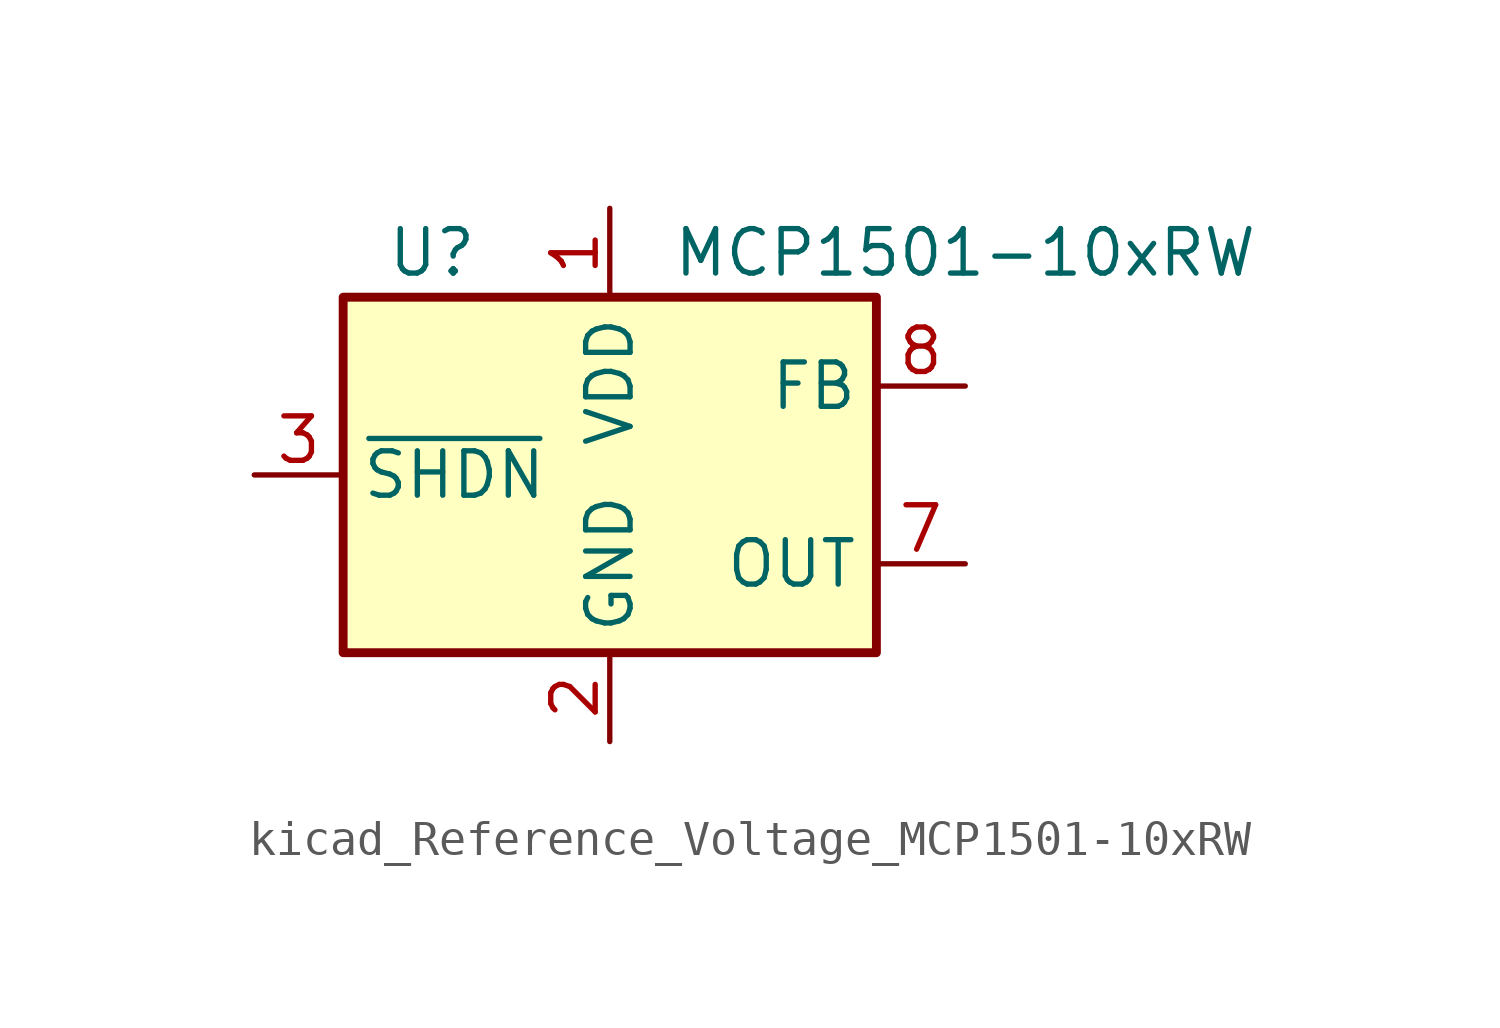
<source format=kicad_sym>
(kicad_symbol_lib
  (version 20220914)
  (generator kicad_symbol_editor)
  (symbol "kicad_Reference_Voltage_MCP1501-10xRW"
    (property "Reference" "U"
      (at -5.08 6.35 0)
      (effects (font (size 1.27 1.27))))
    (property "Value" "MCP1501-10xRW"
      (at 10.16 6.35 0)
      (effects (font (size 1.27 1.27))))
    (symbol "kicad_Reference_Voltage_MCP1501-10xRW_0_0"
      (pin power_in line (at 0 7.62 270) (length 2.54) (name "VDD" (effects (font (size 1.27 1.27)))) (number "1" (effects (font (size 1.27 1.27)))))
      (pin power_in line (at 0 -7.62 90) (length 2.54) (name "GND" (effects (font (size 1.27 1.27)))) (number "2" (effects (font (size 1.27 1.27)))))
      (pin input line (at -10.16 0 0) (length 2.54) (name "~{SHDN}" (effects (font (size 1.27 1.27)))) (number "3" (effects (font (size 1.27 1.27)))))
      (pin passive line (at 0 -7.62 90) (length 2.54) hide (name "GND" (effects (font (size 1.27 1.27)))) (number "4" (effects (font (size 1.27 1.27)))))
      (pin passive line (at 0 -7.62 90) (length 2.54) hide (name "GND" (effects (font (size 1.27 1.27)))) (number "5" (effects (font (size 1.27 1.27)))))
      (pin passive line (at 0 -7.62 90) (length 2.54) hide (name "GND" (effects (font (size 1.27 1.27)))) (number "6" (effects (font (size 1.27 1.27)))))
      (pin power_out line (at 10.16 -2.54 180) (length 2.54) (name "OUT" (effects (font (size 1.27 1.27)))) (number "7" (effects (font (size 1.27 1.27)))))
      (pin input line (at 10.16 2.54 180) (length 2.54) (name "FB" (effects (font (size 1.27 1.27)))) (number "8" (effects (font (size 1.27 1.27))))))
    (symbol "kicad_Reference_Voltage_MCP1501-10xRW_0_1"
      (rectangle (start -7.62 5.08) (end 7.62 -5.08) (stroke (width 0.254) (type default)) (fill (type background))))))
</source>
